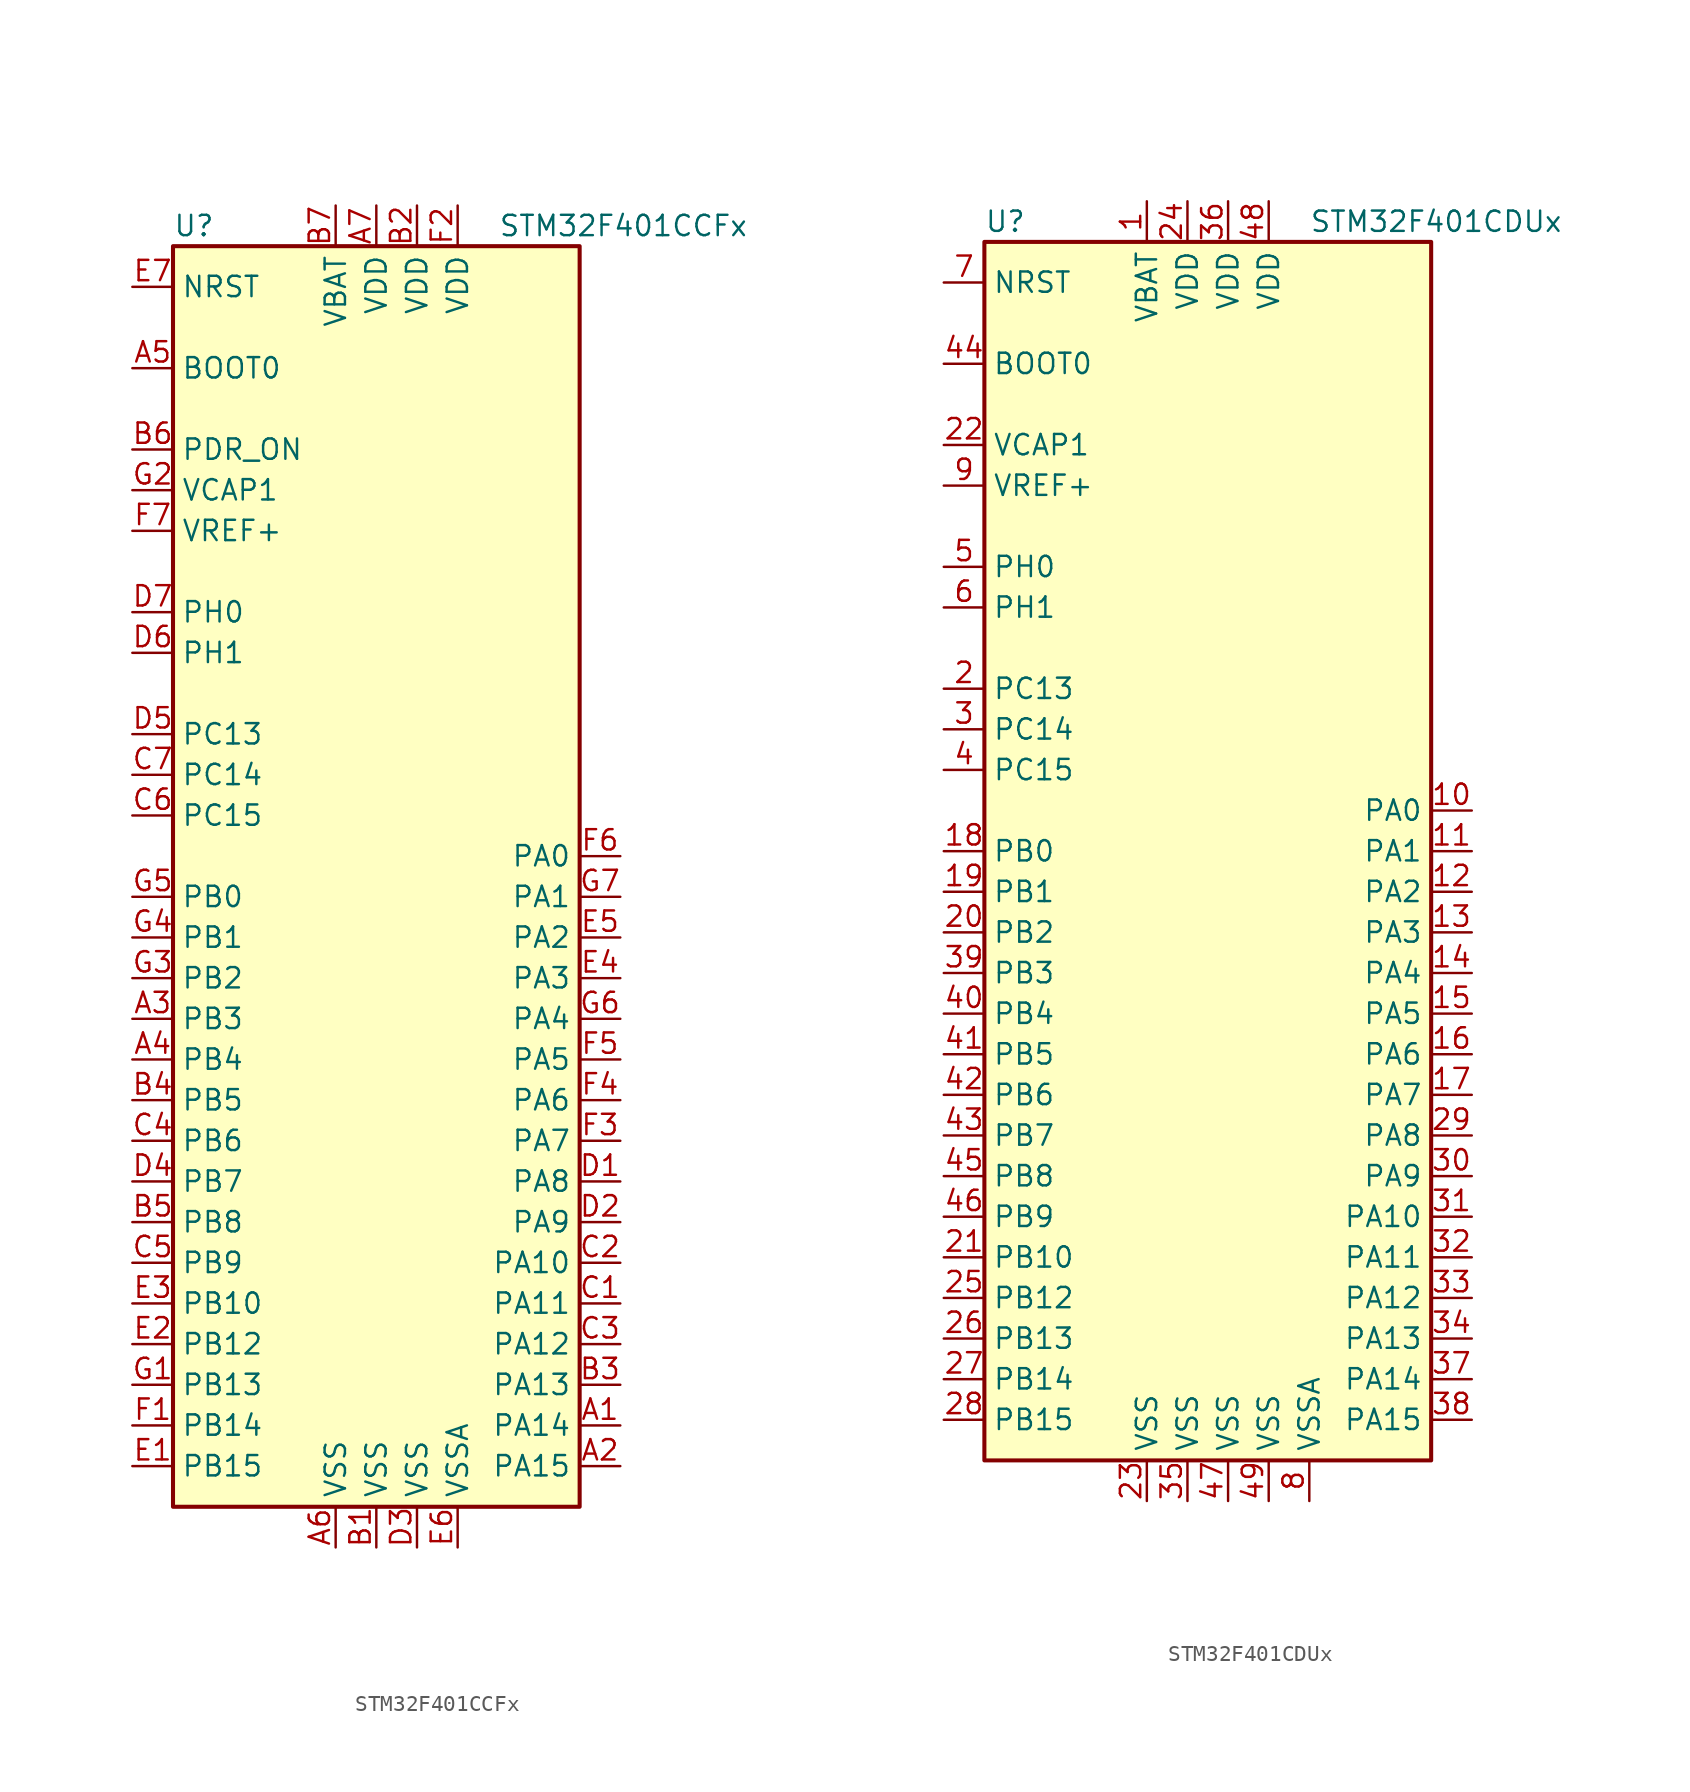
<source format=kicad_sym>
(kicad_symbol_lib
  (version 20201005)
  (generator kicad_symbol_editor)
  (symbol "STM32F401CCFx"
    (property "Reference" "U"
      (at -12.7 39.37 0)
      (effects (font (size 1.27 1.27)) (justify left)))
    (property "Value" "STM32F401CCFx"
      (at 7.62 39.37 0)
      (effects (font (size 1.27 1.27)) (justify left)))
    (symbol "STM32F401CCFx_0_1"
      (rectangle (start -12.7 -40.64) (end 12.7 38.1) (stroke (width 0.254)) (fill (type background))))
    (symbol "STM32F401CCFx_1_1"
      (pin input line (at -15.24 30.48 0) (length 2.54) (name "BOOT0" (effects (font (size 1.27 1.27)))) (number "A5" (effects (font (size 1.27 1.27)))))
      (pin input line (at -15.24 35.56 0) (length 2.54) (name "NRST" (effects (font (size 1.27 1.27)))) (number "E7" (effects (font (size 1.27 1.27)))))
      (pin bidirectional line (at 15.24 0 180) (length 2.54) (name "PA0" (effects (font (size 1.27 1.27)))) (number "F6" (effects (font (size 1.27 1.27)))))
      (pin bidirectional line (at 15.24 -2.54 180) (length 2.54) (name "PA1" (effects (font (size 1.27 1.27)))) (number "G7" (effects (font (size 1.27 1.27)))))
      (pin bidirectional line (at 15.24 -25.4 180) (length 2.54) (name "PA10" (effects (font (size 1.27 1.27)))) (number "C2" (effects (font (size 1.27 1.27)))))
      (pin bidirectional line (at 15.24 -27.94 180) (length 2.54) (name "PA11" (effects (font (size 1.27 1.27)))) (number "C1" (effects (font (size 1.27 1.27)))))
      (pin bidirectional line (at 15.24 -30.48 180) (length 2.54) (name "PA12" (effects (font (size 1.27 1.27)))) (number "C3" (effects (font (size 1.27 1.27)))))
      (pin bidirectional line (at 15.24 -33.02 180) (length 2.54) (name "PA13" (effects (font (size 1.27 1.27)))) (number "B3" (effects (font (size 1.27 1.27)))))
      (pin bidirectional line (at 15.24 -35.56 180) (length 2.54) (name "PA14" (effects (font (size 1.27 1.27)))) (number "A1" (effects (font (size 1.27 1.27)))))
      (pin bidirectional line (at 15.24 -38.1 180) (length 2.54) (name "PA15" (effects (font (size 1.27 1.27)))) (number "A2" (effects (font (size 1.27 1.27)))))
      (pin bidirectional line (at 15.24 -5.08 180) (length 2.54) (name "PA2" (effects (font (size 1.27 1.27)))) (number "E5" (effects (font (size 1.27 1.27)))))
      (pin bidirectional line (at 15.24 -7.62 180) (length 2.54) (name "PA3" (effects (font (size 1.27 1.27)))) (number "E4" (effects (font (size 1.27 1.27)))))
      (pin bidirectional line (at 15.24 -10.16 180) (length 2.54) (name "PA4" (effects (font (size 1.27 1.27)))) (number "G6" (effects (font (size 1.27 1.27)))))
      (pin bidirectional line (at 15.24 -12.7 180) (length 2.54) (name "PA5" (effects (font (size 1.27 1.27)))) (number "F5" (effects (font (size 1.27 1.27)))))
      (pin bidirectional line (at 15.24 -15.24 180) (length 2.54) (name "PA6" (effects (font (size 1.27 1.27)))) (number "F4" (effects (font (size 1.27 1.27)))))
      (pin bidirectional line (at 15.24 -17.78 180) (length 2.54) (name "PA7" (effects (font (size 1.27 1.27)))) (number "F3" (effects (font (size 1.27 1.27)))))
      (pin bidirectional line (at 15.24 -20.32 180) (length 2.54) (name "PA8" (effects (font (size 1.27 1.27)))) (number "D1" (effects (font (size 1.27 1.27)))))
      (pin bidirectional line (at 15.24 -22.86 180) (length 2.54) (name "PA9" (effects (font (size 1.27 1.27)))) (number "D2" (effects (font (size 1.27 1.27)))))
      (pin bidirectional line (at -15.24 -2.54 0) (length 2.54) (name "PB0" (effects (font (size 1.27 1.27)))) (number "G5" (effects (font (size 1.27 1.27)))))
      (pin bidirectional line (at -15.24 -5.08 0) (length 2.54) (name "PB1" (effects (font (size 1.27 1.27)))) (number "G4" (effects (font (size 1.27 1.27)))))
      (pin bidirectional line (at -15.24 -27.94 0) (length 2.54) (name "PB10" (effects (font (size 1.27 1.27)))) (number "E3" (effects (font (size 1.27 1.27)))))
      (pin bidirectional line (at -15.24 -30.48 0) (length 2.54) (name "PB12" (effects (font (size 1.27 1.27)))) (number "E2" (effects (font (size 1.27 1.27)))))
      (pin bidirectional line (at -15.24 -33.02 0) (length 2.54) (name "PB13" (effects (font (size 1.27 1.27)))) (number "G1" (effects (font (size 1.27 1.27)))))
      (pin bidirectional line (at -15.24 -35.56 0) (length 2.54) (name "PB14" (effects (font (size 1.27 1.27)))) (number "F1" (effects (font (size 1.27 1.27)))))
      (pin bidirectional line (at -15.24 -38.1 0) (length 2.54) (name "PB15" (effects (font (size 1.27 1.27)))) (number "E1" (effects (font (size 1.27 1.27)))))
      (pin bidirectional line (at -15.24 -7.62 0) (length 2.54) (name "PB2" (effects (font (size 1.27 1.27)))) (number "G3" (effects (font (size 1.27 1.27)))))
      (pin bidirectional line (at -15.24 -10.16 0) (length 2.54) (name "PB3" (effects (font (size 1.27 1.27)))) (number "A3" (effects (font (size 1.27 1.27)))))
      (pin bidirectional line (at -15.24 -12.7 0) (length 2.54) (name "PB4" (effects (font (size 1.27 1.27)))) (number "A4" (effects (font (size 1.27 1.27)))))
      (pin bidirectional line (at -15.24 -15.24 0) (length 2.54) (name "PB5" (effects (font (size 1.27 1.27)))) (number "B4" (effects (font (size 1.27 1.27)))))
      (pin bidirectional line (at -15.24 -17.78 0) (length 2.54) (name "PB6" (effects (font (size 1.27 1.27)))) (number "C4" (effects (font (size 1.27 1.27)))))
      (pin bidirectional line (at -15.24 -20.32 0) (length 2.54) (name "PB7" (effects (font (size 1.27 1.27)))) (number "D4" (effects (font (size 1.27 1.27)))))
      (pin bidirectional line (at -15.24 -22.86 0) (length 2.54) (name "PB8" (effects (font (size 1.27 1.27)))) (number "B5" (effects (font (size 1.27 1.27)))))
      (pin bidirectional line (at -15.24 -25.4 0) (length 2.54) (name "PB9" (effects (font (size 1.27 1.27)))) (number "C5" (effects (font (size 1.27 1.27)))))
      (pin bidirectional line (at -15.24 7.62 0) (length 2.54) (name "PC13" (effects (font (size 1.27 1.27)))) (number "D5" (effects (font (size 1.27 1.27)))))
      (pin bidirectional line (at -15.24 5.08 0) (length 2.54) (name "PC14" (effects (font (size 1.27 1.27)))) (number "C7" (effects (font (size 1.27 1.27)))))
      (pin bidirectional line (at -15.24 2.54 0) (length 2.54) (name "PC15" (effects (font (size 1.27 1.27)))) (number "C6" (effects (font (size 1.27 1.27)))))
      (pin power_in line (at -15.24 25.4 0) (length 2.54) (name "PDR_ON" (effects (font (size 1.27 1.27)))) (number "B6" (effects (font (size 1.27 1.27)))))
      (pin input line (at -15.24 15.24 0) (length 2.54) (name "PH0" (effects (font (size 1.27 1.27)))) (number "D7" (effects (font (size 1.27 1.27)))))
      (pin input line (at -15.24 12.7 0) (length 2.54) (name "PH1" (effects (font (size 1.27 1.27)))) (number "D6" (effects (font (size 1.27 1.27)))))
      (pin power_in line (at -2.54 40.64 270) (length 2.54) (name "VBAT" (effects (font (size 1.27 1.27)))) (number "B7" (effects (font (size 1.27 1.27)))))
      (pin power_in line (at -15.24 22.86 0) (length 2.54) (name "VCAP1" (effects (font (size 1.27 1.27)))) (number "G2" (effects (font (size 1.27 1.27)))))
      (pin power_in line (at 0 40.64 270) (length 2.54) (name "VDD" (effects (font (size 1.27 1.27)))) (number "A7" (effects (font (size 1.27 1.27)))))
      (pin power_in line (at 2.54 40.64 270) (length 2.54) (name "VDD" (effects (font (size 1.27 1.27)))) (number "B2" (effects (font (size 1.27 1.27)))))
      (pin power_in line (at 5.08 40.64 270) (length 2.54) (name "VDD" (effects (font (size 1.27 1.27)))) (number "F2" (effects (font (size 1.27 1.27)))))
      (pin power_in line (at -15.24 20.32 0) (length 2.54) (name "VREF+" (effects (font (size 1.27 1.27)))) (number "F7" (effects (font (size 1.27 1.27)))))
      (pin power_in line (at -2.54 -43.18 90) (length 2.54) (name "VSS" (effects (font (size 1.27 1.27)))) (number "A6" (effects (font (size 1.27 1.27)))))
      (pin power_in line (at 0 -43.18 90) (length 2.54) (name "VSS" (effects (font (size 1.27 1.27)))) (number "B1" (effects (font (size 1.27 1.27)))))
      (pin power_in line (at 2.54 -43.18 90) (length 2.54) (name "VSS" (effects (font (size 1.27 1.27)))) (number "D3" (effects (font (size 1.27 1.27)))))
      (pin power_in line (at 5.08 -43.18 90) (length 2.54) (name "VSSA" (effects (font (size 1.27 1.27)))) (number "E6" (effects (font (size 1.27 1.27)))))))
  (symbol "STM32F401CDUx"
    (property "Reference" "U"
      (at -15.24 39.37 0)
      (effects (font (size 1.27 1.27)) (justify left)))
    (property "Value" "STM32F401CDUx"
      (at 5.08 39.37 0)
      (effects (font (size 1.27 1.27)) (justify left)))
    (symbol "STM32F401CDUx_0_1"
      (rectangle (start -15.24 -38.1) (end 12.7 38.1) (stroke (width 0.254)) (fill (type background))))
    (symbol "STM32F401CDUx_1_1"
      (pin input line (at -17.78 30.48 0) (length 2.54) (name "BOOT0" (effects (font (size 1.27 1.27)))) (number "44" (effects (font (size 1.27 1.27)))))
      (pin input line (at -17.78 35.56 0) (length 2.54) (name "NRST" (effects (font (size 1.27 1.27)))) (number "7" (effects (font (size 1.27 1.27)))))
      (pin bidirectional line (at 15.24 2.54 180) (length 2.54) (name "PA0" (effects (font (size 1.27 1.27)))) (number "10" (effects (font (size 1.27 1.27)))))
      (pin bidirectional line (at 15.24 0 180) (length 2.54) (name "PA1" (effects (font (size 1.27 1.27)))) (number "11" (effects (font (size 1.27 1.27)))))
      (pin bidirectional line (at 15.24 -22.86 180) (length 2.54) (name "PA10" (effects (font (size 1.27 1.27)))) (number "31" (effects (font (size 1.27 1.27)))))
      (pin bidirectional line (at 15.24 -25.4 180) (length 2.54) (name "PA11" (effects (font (size 1.27 1.27)))) (number "32" (effects (font (size 1.27 1.27)))))
      (pin bidirectional line (at 15.24 -27.94 180) (length 2.54) (name "PA12" (effects (font (size 1.27 1.27)))) (number "33" (effects (font (size 1.27 1.27)))))
      (pin bidirectional line (at 15.24 -30.48 180) (length 2.54) (name "PA13" (effects (font (size 1.27 1.27)))) (number "34" (effects (font (size 1.27 1.27)))))
      (pin bidirectional line (at 15.24 -33.02 180) (length 2.54) (name "PA14" (effects (font (size 1.27 1.27)))) (number "37" (effects (font (size 1.27 1.27)))))
      (pin bidirectional line (at 15.24 -35.56 180) (length 2.54) (name "PA15" (effects (font (size 1.27 1.27)))) (number "38" (effects (font (size 1.27 1.27)))))
      (pin bidirectional line (at 15.24 -2.54 180) (length 2.54) (name "PA2" (effects (font (size 1.27 1.27)))) (number "12" (effects (font (size 1.27 1.27)))))
      (pin bidirectional line (at 15.24 -5.08 180) (length 2.54) (name "PA3" (effects (font (size 1.27 1.27)))) (number "13" (effects (font (size 1.27 1.27)))))
      (pin bidirectional line (at 15.24 -7.62 180) (length 2.54) (name "PA4" (effects (font (size 1.27 1.27)))) (number "14" (effects (font (size 1.27 1.27)))))
      (pin bidirectional line (at 15.24 -10.16 180) (length 2.54) (name "PA5" (effects (font (size 1.27 1.27)))) (number "15" (effects (font (size 1.27 1.27)))))
      (pin bidirectional line (at 15.24 -12.7 180) (length 2.54) (name "PA6" (effects (font (size 1.27 1.27)))) (number "16" (effects (font (size 1.27 1.27)))))
      (pin bidirectional line (at 15.24 -15.24 180) (length 2.54) (name "PA7" (effects (font (size 1.27 1.27)))) (number "17" (effects (font (size 1.27 1.27)))))
      (pin bidirectional line (at 15.24 -17.78 180) (length 2.54) (name "PA8" (effects (font (size 1.27 1.27)))) (number "29" (effects (font (size 1.27 1.27)))))
      (pin bidirectional line (at 15.24 -20.32 180) (length 2.54) (name "PA9" (effects (font (size 1.27 1.27)))) (number "30" (effects (font (size 1.27 1.27)))))
      (pin bidirectional line (at -17.78 0 0) (length 2.54) (name "PB0" (effects (font (size 1.27 1.27)))) (number "18" (effects (font (size 1.27 1.27)))))
      (pin bidirectional line (at -17.78 -2.54 0) (length 2.54) (name "PB1" (effects (font (size 1.27 1.27)))) (number "19" (effects (font (size 1.27 1.27)))))
      (pin bidirectional line (at -17.78 -25.4 0) (length 2.54) (name "PB10" (effects (font (size 1.27 1.27)))) (number "21" (effects (font (size 1.27 1.27)))))
      (pin bidirectional line (at -17.78 -27.94 0) (length 2.54) (name "PB12" (effects (font (size 1.27 1.27)))) (number "25" (effects (font (size 1.27 1.27)))))
      (pin bidirectional line (at -17.78 -30.48 0) (length 2.54) (name "PB13" (effects (font (size 1.27 1.27)))) (number "26" (effects (font (size 1.27 1.27)))))
      (pin bidirectional line (at -17.78 -33.02 0) (length 2.54) (name "PB14" (effects (font (size 1.27 1.27)))) (number "27" (effects (font (size 1.27 1.27)))))
      (pin bidirectional line (at -17.78 -35.56 0) (length 2.54) (name "PB15" (effects (font (size 1.27 1.27)))) (number "28" (effects (font (size 1.27 1.27)))))
      (pin bidirectional line (at -17.78 -5.08 0) (length 2.54) (name "PB2" (effects (font (size 1.27 1.27)))) (number "20" (effects (font (size 1.27 1.27)))))
      (pin bidirectional line (at -17.78 -7.62 0) (length 2.54) (name "PB3" (effects (font (size 1.27 1.27)))) (number "39" (effects (font (size 1.27 1.27)))))
      (pin bidirectional line (at -17.78 -10.16 0) (length 2.54) (name "PB4" (effects (font (size 1.27 1.27)))) (number "40" (effects (font (size 1.27 1.27)))))
      (pin bidirectional line (at -17.78 -12.7 0) (length 2.54) (name "PB5" (effects (font (size 1.27 1.27)))) (number "41" (effects (font (size 1.27 1.27)))))
      (pin bidirectional line (at -17.78 -15.24 0) (length 2.54) (name "PB6" (effects (font (size 1.27 1.27)))) (number "42" (effects (font (size 1.27 1.27)))))
      (pin bidirectional line (at -17.78 -17.78 0) (length 2.54) (name "PB7" (effects (font (size 1.27 1.27)))) (number "43" (effects (font (size 1.27 1.27)))))
      (pin bidirectional line (at -17.78 -20.32 0) (length 2.54) (name "PB8" (effects (font (size 1.27 1.27)))) (number "45" (effects (font (size 1.27 1.27)))))
      (pin bidirectional line (at -17.78 -22.86 0) (length 2.54) (name "PB9" (effects (font (size 1.27 1.27)))) (number "46" (effects (font (size 1.27 1.27)))))
      (pin bidirectional line (at -17.78 10.16 0) (length 2.54) (name "PC13" (effects (font (size 1.27 1.27)))) (number "2" (effects (font (size 1.27 1.27)))))
      (pin bidirectional line (at -17.78 7.62 0) (length 2.54) (name "PC14" (effects (font (size 1.27 1.27)))) (number "3" (effects (font (size 1.27 1.27)))))
      (pin bidirectional line (at -17.78 5.08 0) (length 2.54) (name "PC15" (effects (font (size 1.27 1.27)))) (number "4" (effects (font (size 1.27 1.27)))))
      (pin input line (at -17.78 17.78 0) (length 2.54) (name "PH0" (effects (font (size 1.27 1.27)))) (number "5" (effects (font (size 1.27 1.27)))))
      (pin input line (at -17.78 15.24 0) (length 2.54) (name "PH1" (effects (font (size 1.27 1.27)))) (number "6" (effects (font (size 1.27 1.27)))))
      (pin power_in line (at -5.08 40.64 270) (length 2.54) (name "VBAT" (effects (font (size 1.27 1.27)))) (number "1" (effects (font (size 1.27 1.27)))))
      (pin power_in line (at -17.78 25.4 0) (length 2.54) (name "VCAP1" (effects (font (size 1.27 1.27)))) (number "22" (effects (font (size 1.27 1.27)))))
      (pin power_in line (at -2.54 40.64 270) (length 2.54) (name "VDD" (effects (font (size 1.27 1.27)))) (number "24" (effects (font (size 1.27 1.27)))))
      (pin power_in line (at 0 40.64 270) (length 2.54) (name "VDD" (effects (font (size 1.27 1.27)))) (number "36" (effects (font (size 1.27 1.27)))))
      (pin power_in line (at 2.54 40.64 270) (length 2.54) (name "VDD" (effects (font (size 1.27 1.27)))) (number "48" (effects (font (size 1.27 1.27)))))
      (pin power_in line (at -17.78 22.86 0) (length 2.54) (name "VREF+" (effects (font (size 1.27 1.27)))) (number "9" (effects (font (size 1.27 1.27)))))
      (pin power_in line (at -5.08 -40.64 90) (length 2.54) (name "VSS" (effects (font (size 1.27 1.27)))) (number "23" (effects (font (size 1.27 1.27)))))
      (pin power_in line (at -2.54 -40.64 90) (length 2.54) (name "VSS" (effects (font (size 1.27 1.27)))) (number "35" (effects (font (size 1.27 1.27)))))
      (pin power_in line (at 0 -40.64 90) (length 2.54) (name "VSS" (effects (font (size 1.27 1.27)))) (number "47" (effects (font (size 1.27 1.27)))))
      (pin power_in line (at 2.54 -40.64 90) (length 2.54) (name "VSS" (effects (font (size 1.27 1.27)))) (number "49" (effects (font (size 1.27 1.27)))))
      (pin power_in line (at 5.08 -40.64 90) (length 2.54) (name "VSSA" (effects (font (size 1.27 1.27)))) (number "8" (effects (font (size 1.27 1.27))))))))
</source>
